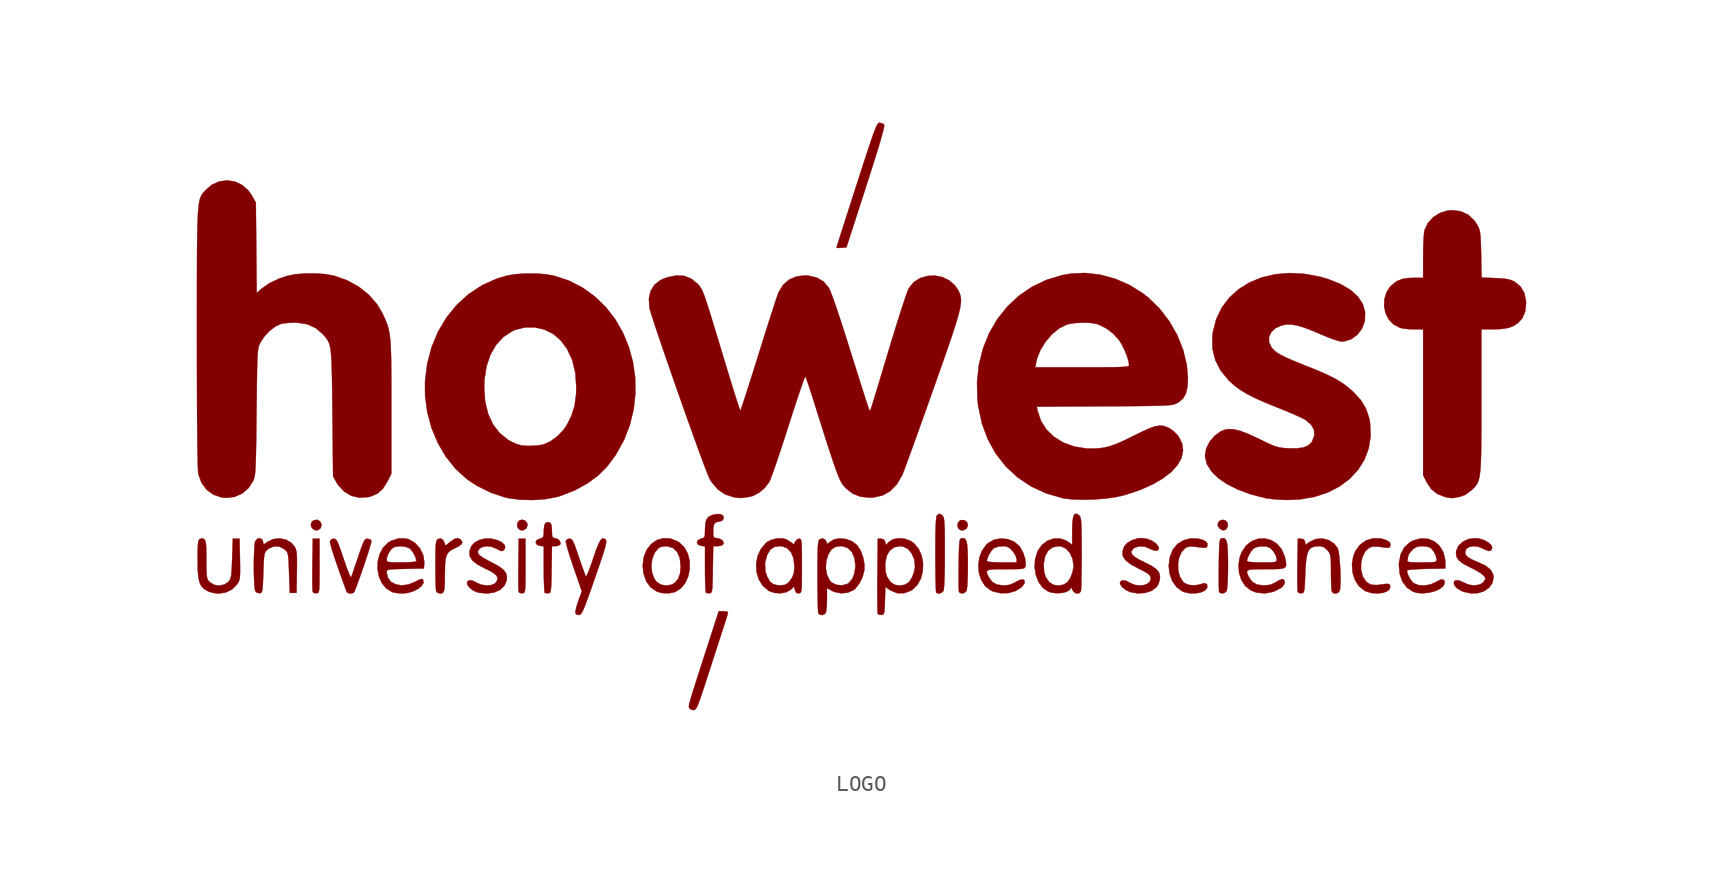
<source format=kicad_sym>
(kicad_symbol_lib
  (version 20220914)
  (generator bitmap2component)
  (symbol "LOGO"
    (pin_names
      (offset 1.016))
    (property "Reference" "#G"
      (at 0 27.136 0)
      (effects (font (size 1.27 1.27)) hide))
    (symbol "LOGO_0_0"
      (polyline (pts (xy -10.195 -18.118) (xy -10.136 -18.108) (xy -10.08 -18.068) (xy -10.019 -17.984) (xy -9.947 -17.837) (xy -9.857 -17.613) (xy -9.743 -17.294) (xy -9.598 -16.863) (xy -9.415 -16.304) (xy -9.187 -15.6) (xy -9.113 -15.371) (xy -8.905 -14.73) (xy -8.71 -14.126) (xy -8.535 -13.584) (xy -8.387 -13.129) (xy -8.276 -12.785) (xy -8.208 -12.578) (xy -8.132 -12.338) (xy -8.068 -12.117) (xy -8.043 -12.006) (xy -8.045 -11.998) (xy -8.14 -11.956) (xy -8.334 -11.938) (xy -8.625 -11.938) (xy -9.384 -14.287) (xy -9.489 -14.61) (xy -9.745 -15.403) (xy -9.955 -16.055) (xy -10.123 -16.58) (xy -10.253 -16.994) (xy -10.35 -17.31) (xy -10.418 -17.543) (xy -10.461 -17.708) (xy -10.484 -17.82) (xy -10.49 -17.893) (xy -10.485 -17.942) (xy -10.472 -17.981) (xy -10.39 -18.069) (xy -10.21 -18.119) (xy -10.195 -18.118)) (stroke (width 0.01) (type default)) (fill (type outline)))
      (polyline (pts (xy -17.28 -12.153) (xy -17.217 -12.088) (xy -17.142 -11.964) (xy -17.05 -11.765) (xy -16.934 -11.473) (xy -16.785 -11.071) (xy -16.597 -10.542) (xy -16.362 -9.87) (xy -16.356 -9.852) (xy -16.125 -9.184) (xy -15.947 -8.657) (xy -15.815 -8.253) (xy -15.726 -7.955) (xy -15.675 -7.746) (xy -15.656 -7.606) (xy -15.664 -7.519) (xy -15.695 -7.467) (xy -15.7 -7.463) (xy -15.81 -7.387) (xy -15.914 -7.4) (xy -16.022 -7.516) (xy -16.144 -7.75) (xy -16.289 -8.118) (xy -16.467 -8.635) (xy -16.54 -8.848) (xy -16.676 -9.23) (xy -16.792 -9.53) (xy -16.877 -9.722) (xy -16.921 -9.778) (xy -16.933 -9.759) (xy -16.995 -9.609) (xy -17.095 -9.341) (xy -17.222 -8.983) (xy -17.364 -8.567) (xy -17.515 -8.122) (xy -17.631 -7.801) (xy -17.722 -7.593) (xy -17.797 -7.474) (xy -17.871 -7.421) (xy -17.955 -7.408) (xy -18.087 -7.434) (xy -18.187 -7.554) (xy -18.17 -7.674) (xy -18.104 -7.927) (xy -17.998 -8.284) (xy -17.86 -8.718) (xy -17.698 -9.199) (xy -17.181 -10.698) (xy -17.406 -11.315) (xy -17.426 -11.371) (xy -17.522 -11.678) (xy -17.576 -11.927) (xy -17.579 -12.068) (xy -17.517 -12.144) (xy -17.34 -12.177) (xy -17.28 -12.153)) (stroke (width 0.01) (type default)) (fill (type outline)))
      (polyline (pts (xy -1.964 -12.09) (xy -1.91 -11.947) (xy -1.875 -11.657) (xy -1.863 -11.245) (xy -1.863 -10.501) (xy -1.52 -10.68) (xy -1.37 -10.745) (xy -0.955 -10.821) (xy -0.538 -10.774) (xy -0.181 -10.606) (xy -0.084 -10.523) (xy 0.167 -10.204) (xy 0.365 -9.802) (xy 0.475 -9.38) (xy 0.481 -9.018) (xy 0.397 -8.563) (xy 0.236 -8.137) (xy 0.016 -7.807) (xy -0.291 -7.573) (xy -0.663 -7.431) (xy -1.052 -7.387) (xy -1.41 -7.448) (xy -1.69 -7.617) (xy -1.785 -7.707) (xy -1.85 -7.722) (xy -1.889 -7.613) (xy -1.975 -7.463) (xy -2.146 -7.388) (xy -2.329 -7.452) (xy -2.338 -7.459) (xy -2.375 -7.524) (xy -2.404 -7.644) (xy -2.425 -7.838) (xy -2.44 -8.126) (xy -2.449 -8.526) (xy -2.454 -9.058) (xy -2.454 -9.276) (xy -1.933 -9.276) (xy -1.911 -8.835) (xy -1.783 -8.41) (xy -1.769 -8.379) (xy -1.578 -8.08) (xy -1.334 -7.921) (xy -0.998 -7.874) (xy -0.888 -7.88) (xy -0.554 -7.998) (xy -0.301 -8.252) (xy -0.141 -8.625) (xy -0.085 -9.102) (xy -0.085 -9.129) (xy -0.143 -9.571) (xy -0.293 -9.939) (xy -0.518 -10.191) (xy -0.591 -10.235) (xy -0.91 -10.321) (xy -1.256 -10.294) (xy -1.552 -10.156) (xy -1.684 -10.021) (xy -1.855 -9.686) (xy -1.933 -9.276) (xy -2.454 -9.276) (xy -2.455 -9.74) (xy -2.454 -10.257) (xy -2.449 -10.81) (xy -2.441 -11.292) (xy -2.43 -11.676) (xy -2.418 -11.94) (xy -2.404 -12.058) (xy -2.313 -12.16) (xy -2.14 -12.183) (xy -1.964 -12.09)) (stroke (width 0.01) (type default)) (fill (type outline)))
      (polyline (pts (xy 1.571 -12.173) (xy 1.649 -12.145) (xy 1.699 -12.074) (xy 1.729 -11.928) (xy 1.747 -11.676) (xy 1.76 -11.286) (xy 1.784 -10.423) (xy 2.089 -10.63) (xy 2.125 -10.654) (xy 2.529 -10.813) (xy 2.961 -10.813) (xy 3.397 -10.652) (xy 3.477 -10.603) (xy 3.791 -10.298) (xy 4.009 -9.896) (xy 4.127 -9.433) (xy 4.144 -8.944) (xy 4.057 -8.466) (xy 3.865 -8.034) (xy 3.566 -7.683) (xy 3.355 -7.542) (xy 2.984 -7.408) (xy 2.599 -7.377) (xy 2.249 -7.45) (xy 1.981 -7.63) (xy 1.822 -7.806) (xy 1.775 -7.607) (xy 1.702 -7.464) (xy 1.52 -7.408) (xy 1.312 -7.408) (xy 1.296 -9.103) (xy 1.778 -9.103) (xy 1.782 -8.958) (xy 1.867 -8.497) (xy 2.055 -8.157) (xy 2.34 -7.946) (xy 2.716 -7.874) (xy 2.87 -7.891) (xy 3.174 -8.037) (xy 3.418 -8.308) (xy 3.58 -8.672) (xy 3.64 -9.102) (xy 3.636 -9.184) (xy 3.567 -9.534) (xy 3.43 -9.875) (xy 3.257 -10.129) (xy 3.011 -10.281) (xy 2.696 -10.339) (xy 2.385 -10.292) (xy 2.142 -10.139) (xy 2.091 -10.082) (xy 1.901 -9.805) (xy 1.805 -9.502) (xy 1.778 -9.103) (xy 1.296 -9.103) (xy 1.29 -9.693) (xy 1.29 -9.695) (xy 1.285 -10.304) (xy 1.284 -10.86) (xy 1.287 -11.341) (xy 1.292 -11.721) (xy 1.3 -11.979) (xy 1.311 -12.091) (xy 1.379 -12.155) (xy 1.545 -12.177) (xy 1.571 -12.173)) (stroke (width 0.01) (type default)) (fill (type outline)))
      (polyline (pts (xy -39.442 -10.775) (xy -39.028 -10.575) (xy -38.713 -10.25) (xy -38.686 -10.209) (xy -38.619 -10.09) (xy -38.574 -9.959) (xy -38.547 -9.784) (xy -38.535 -9.535) (xy -38.535 -9.178) (xy -38.542 -8.684) (xy -38.566 -7.408) (xy -38.777 -7.408) (xy -38.989 -7.408) (xy -39.031 -8.65) (xy -39.035 -8.757) (xy -39.053 -9.214) (xy -39.073 -9.538) (xy -39.101 -9.76) (xy -39.141 -9.909) (xy -39.199 -10.016) (xy -39.279 -10.111) (xy -39.498 -10.265) (xy -39.821 -10.341) (xy -40.153 -10.293) (xy -40.432 -10.121) (xy -40.453 -10.101) (xy -40.529 -10.012) (xy -40.582 -9.909) (xy -40.614 -9.761) (xy -40.632 -9.536) (xy -40.639 -9.205) (xy -40.64 -8.735) (xy -40.64 -8.655) (xy -40.644 -8.19) (xy -40.657 -7.864) (xy -40.681 -7.649) (xy -40.719 -7.518) (xy -40.774 -7.445) (xy -40.884 -7.383) (xy -41.049 -7.423) (xy -41.081 -7.448) (xy -41.128 -7.527) (xy -41.16 -7.667) (xy -41.178 -7.897) (xy -41.188 -8.242) (xy -41.19 -8.73) (xy -41.19 -8.87) (xy -41.176 -9.427) (xy -41.138 -9.846) (xy -41.064 -10.156) (xy -40.948 -10.382) (xy -40.78 -10.551) (xy -40.552 -10.689) (xy -40.494 -10.716) (xy -40.192 -10.802) (xy -39.878 -10.837) (xy -39.442 -10.775)) (stroke (width 0.01) (type default)) (fill (type outline)))
      (polyline (pts (xy -37.278 -10.816) (xy -37.215 -10.789) (xy -37.171 -10.722) (xy -37.14 -10.59) (xy -37.119 -10.365) (xy -37.101 -10.024) (xy -37.084 -9.539) (xy -37.073 -9.213) (xy -37.056 -8.82) (xy -37.036 -8.548) (xy -37.006 -8.367) (xy -36.961 -8.248) (xy -36.896 -8.162) (xy -36.804 -8.078) (xy -36.742 -8.029) (xy -36.416 -7.888) (xy -36.074 -7.904) (xy -35.755 -8.078) (xy -35.694 -8.132) (xy -35.619 -8.214) (xy -35.568 -8.318) (xy -35.533 -8.472) (xy -35.51 -8.708) (xy -35.492 -9.053) (xy -35.475 -9.539) (xy -35.433 -10.795) (xy -35.221 -10.795) (xy -35.01 -10.795) (xy -34.988 -9.483) (xy -34.987 -9.426) (xy -34.981 -8.933) (xy -34.983 -8.576) (xy -34.998 -8.324) (xy -35.026 -8.146) (xy -35.072 -8.012) (xy -35.138 -7.89) (xy -35.339 -7.658) (xy -35.678 -7.465) (xy -36.071 -7.388) (xy -36.472 -7.434) (xy -36.837 -7.612) (xy -37.073 -7.786) (xy -37.099 -7.597) (xy -37.161 -7.451) (xy -37.305 -7.374) (xy -37.468 -7.415) (xy -37.592 -7.577) (xy -37.598 -7.596) (xy -37.63 -7.793) (xy -37.653 -8.112) (xy -37.668 -8.514) (xy -37.675 -8.966) (xy -37.674 -9.429) (xy -37.664 -9.868) (xy -37.646 -10.247) (xy -37.62 -10.529) (xy -37.586 -10.679) (xy -37.507 -10.774) (xy -37.311 -10.821) (xy -37.278 -10.816)) (stroke (width 0.01) (type default)) (fill (type outline)))
      (polyline (pts (xy -33.711 -10.813) (xy -33.659 -10.788) (xy -33.622 -10.727) (xy -33.597 -10.607) (xy -33.581 -10.407) (xy -33.574 -10.104) (xy -33.571 -9.677) (xy -33.57 -9.102) (xy -33.57 -7.408) (xy -33.782 -7.408) (xy -33.994 -7.408) (xy -34.017 -9.014) (xy -34.017 -9.025) (xy -34.022 -9.535) (xy -34.022 -9.989) (xy -34.017 -10.359) (xy -34.009 -10.617) (xy -33.996 -10.735) (xy -33.928 -10.8) (xy -33.761 -10.822) (xy -33.711 -10.813)) (stroke (width 0.01) (type default)) (fill (type outline)))
      (polyline (pts (xy -31.495 -10.813) (xy -31.389 -10.732) (xy -31.355 -10.642) (xy -31.181 -10.174) (xy -31.003 -9.675) (xy -30.828 -9.173) (xy -30.666 -8.693) (xy -30.526 -8.264) (xy -30.417 -7.913) (xy -30.348 -7.666) (xy -30.328 -7.552) (xy -30.384 -7.461) (xy -30.566 -7.408) (xy -30.567 -7.408) (xy -30.654 -7.42) (xy -30.728 -7.47) (xy -30.804 -7.584) (xy -30.892 -7.786) (xy -31.007 -8.1) (xy -31.161 -8.551) (xy -31.209 -8.694) (xy -31.346 -9.102) (xy -31.463 -9.447) (xy -31.548 -9.698) (xy -31.591 -9.821) (xy -31.613 -9.817) (xy -31.681 -9.692) (xy -31.786 -9.444) (xy -31.915 -9.099) (xy -32.06 -8.678) (xy -32.115 -8.515) (xy -32.263 -8.081) (xy -32.375 -7.777) (xy -32.462 -7.581) (xy -32.536 -7.47) (xy -32.607 -7.42) (xy -32.688 -7.408) (xy -32.835 -7.44) (xy -32.918 -7.583) (xy -32.919 -7.589) (xy -32.892 -7.747) (xy -32.805 -8.059) (xy -32.659 -8.517) (xy -32.454 -9.119) (xy -32.194 -9.858) (xy -31.878 -10.732) (xy -31.807 -10.799) (xy -31.635 -10.837) (xy -31.495 -10.813)) (stroke (width 0.01) (type default)) (fill (type outline)))
      (polyline (pts (xy -28.032 -10.793) (xy -27.693 -10.687) (xy -27.399 -10.535) (xy -27.182 -10.355) (xy -27.07 -10.167) (xy -27.095 -9.99) (xy -27.123 -9.953) (xy -27.204 -9.924) (xy -27.346 -9.969) (xy -27.59 -10.097) (xy -27.614 -10.109) (xy -28.041 -10.277) (xy -28.452 -10.325) (xy -28.817 -10.261) (xy -29.112 -10.095) (xy -29.308 -9.835) (xy -29.379 -9.491) (xy -29.379 -9.483) (xy -29.368 -9.416) (xy -29.319 -9.369) (xy -29.205 -9.338) (xy -29 -9.318) (xy -28.679 -9.305) (xy -28.215 -9.295) (xy -27.051 -9.271) (xy -27.025 -8.917) (xy -27.023 -8.861) (xy -27.09 -8.43) (xy -27.29 -8.022) (xy -27.592 -7.681) (xy -27.967 -7.456) (xy -28.175 -7.396) (xy -28.625 -7.388) (xy -29.1 -7.543) (xy -29.296 -7.661) (xy -29.606 -7.976) (xy -29.818 -8.376) (xy -29.903 -8.716) (xy -29.379 -8.716) (xy -29.374 -8.648) (xy -29.291 -8.382) (xy -29.138 -8.126) (xy -28.961 -7.961) (xy -28.839 -7.915) (xy -28.53 -7.877) (xy -28.204 -7.911) (xy -27.95 -8.012) (xy -27.861 -8.094) (xy -27.698 -8.321) (xy -27.569 -8.583) (xy -27.517 -8.803) (xy -27.538 -8.825) (xy -27.701 -8.86) (xy -28.009 -8.882) (xy -28.448 -8.89) (xy -28.644 -8.89) (xy -28.987 -8.885) (xy -29.203 -8.871) (xy -29.32 -8.842) (xy -29.369 -8.792) (xy -29.379 -8.716) (xy -29.903 -8.716) (xy -29.931 -8.827) (xy -29.946 -9.298) (xy -29.864 -9.757) (xy -29.685 -10.173) (xy -29.411 -10.512) (xy -29.041 -10.742) (xy -28.959 -10.768) (xy -28.7 -10.812) (xy -28.402 -10.832) (xy -28.386 -10.832) (xy -28.032 -10.793)) (stroke (width 0.01) (type default)) (fill (type outline)))
      (polyline (pts (xy -25.93 -10.826) (xy -25.845 -10.77) (xy -25.789 -10.646) (xy -25.757 -10.427) (xy -25.742 -10.089) (xy -25.739 -9.607) (xy -25.739 -9.58) (xy -25.73 -9.074) (xy -25.698 -8.705) (xy -25.63 -8.443) (xy -25.513 -8.256) (xy -25.335 -8.115) (xy -25.084 -7.989) (xy -24.892 -7.896) (xy -24.695 -7.753) (xy -24.647 -7.616) (xy -24.74 -7.468) (xy -24.915 -7.375) (xy -25.147 -7.422) (xy -25.433 -7.623) (xy -25.557 -7.731) (xy -25.676 -7.816) (xy -25.729 -7.801) (xy -25.753 -7.695) (xy -25.761 -7.658) (xy -25.862 -7.468) (xy -26.024 -7.388) (xy -26.197 -7.445) (xy -26.198 -7.445) (xy -26.247 -7.51) (xy -26.282 -7.624) (xy -26.307 -7.813) (xy -26.322 -8.1) (xy -26.329 -8.509) (xy -26.331 -9.063) (xy -26.329 -9.488) (xy -26.322 -9.941) (xy -26.311 -10.314) (xy -26.297 -10.578) (xy -26.28 -10.703) (xy -26.208 -10.785) (xy -26.035 -10.837) (xy -25.93 -10.826)) (stroke (width 0.01) (type default)) (fill (type outline)))
      (polyline (pts (xy -22.659 -10.77) (xy -22.29 -10.607) (xy -22.021 -10.355) (xy -21.88 -10.027) (xy -21.86 -9.786) (xy -21.92 -9.553) (xy -22.086 -9.342) (xy -22.377 -9.128) (xy -22.812 -8.89) (xy -22.953 -8.818) (xy -23.325 -8.614) (xy -23.56 -8.451) (xy -23.671 -8.313) (xy -23.674 -8.185) (xy -23.584 -8.048) (xy -23.451 -7.949) (xy -23.163 -7.878) (xy -22.822 -7.913) (xy -22.478 -8.055) (xy -22.461 -8.065) (xy -22.264 -8.168) (xy -22.144 -8.181) (xy -22.046 -8.113) (xy -21.967 -7.975) (xy -22.006 -7.799) (xy -22.18 -7.634) (xy -22.468 -7.495) (xy -22.852 -7.4) (xy -23.203 -7.394) (xy -23.574 -7.484) (xy -23.887 -7.652) (xy -24.09 -7.878) (xy -24.202 -8.183) (xy -24.192 -8.485) (xy -24.033 -8.758) (xy -23.719 -9.013) (xy -23.243 -9.264) (xy -22.896 -9.433) (xy -22.603 -9.623) (xy -22.458 -9.801) (xy -22.453 -9.981) (xy -22.577 -10.175) (xy -22.609 -10.205) (xy -22.838 -10.305) (xy -23.144 -10.33) (xy -23.468 -10.282) (xy -23.749 -10.16) (xy -24.026 -10.021) (xy -24.235 -10.008) (xy -24.355 -10.122) (xy -24.337 -10.277) (xy -24.204 -10.463) (xy -23.996 -10.633) (xy -23.754 -10.747) (xy -23.584 -10.789) (xy -23.099 -10.835) (xy -22.659 -10.77)) (stroke (width 0.01) (type default)) (fill (type outline)))
      (polyline (pts (xy -20.842 -10.813) (xy -20.79 -10.788) (xy -20.752 -10.727) (xy -20.727 -10.607) (xy -20.712 -10.407) (xy -20.704 -10.104) (xy -20.701 -9.677) (xy -20.701 -9.102) (xy -20.701 -7.408) (xy -20.913 -7.408) (xy -21.124 -7.408) (xy -21.147 -9.014) (xy -21.148 -9.025) (xy -21.152 -9.535) (xy -21.152 -9.989) (xy -21.148 -10.359) (xy -21.139 -10.617) (xy -21.127 -10.735) (xy -21.058 -10.8) (xy -20.892 -10.822) (xy -20.842 -10.813)) (stroke (width 0.01) (type default)) (fill (type outline)))
      (polyline (pts (xy -19.209 -10.806) (xy -19.162 -10.765) (xy -19.128 -10.674) (xy -19.105 -10.51) (xy -19.089 -10.248) (xy -19.078 -9.864) (xy -19.069 -9.335) (xy -19.046 -7.874) (xy -18.803 -7.874) (xy -18.625 -7.841) (xy -18.512 -7.75) (xy -18.504 -7.719) (xy -18.548 -7.559) (xy -18.693 -7.423) (xy -18.887 -7.366) (xy -18.935 -7.362) (xy -19.008 -7.314) (xy -19.042 -7.176) (xy -19.05 -6.909) (xy -19.056 -6.714) (xy -19.095 -6.497) (xy -19.177 -6.404) (xy -19.281 -6.375) (xy -19.44 -6.409) (xy -19.53 -6.581) (xy -19.558 -6.903) (xy -19.562 -7.13) (xy -19.59 -7.289) (xy -19.667 -7.366) (xy -19.817 -7.409) (xy -20.007 -7.504) (xy -20.066 -7.646) (xy -19.993 -7.781) (xy -19.791 -7.859) (xy -19.558 -7.885) (xy -19.558 -9.305) (xy -19.556 -9.658) (xy -19.548 -10.091) (xy -19.535 -10.443) (xy -19.518 -10.684) (xy -19.498 -10.784) (xy -19.433 -10.814) (xy -19.265 -10.82) (xy -19.209 -10.806)) (stroke (width 0.01) (type default)) (fill (type outline)))
      (polyline (pts (xy -11.372 -10.747) (xy -11.348 -10.738) (xy -10.984 -10.507) (xy -10.709 -10.165) (xy -10.525 -9.745) (xy -10.436 -9.281) (xy -10.444 -8.805) (xy -10.554 -8.351) (xy -10.767 -7.953) (xy -11.087 -7.643) (xy -11.213 -7.565) (xy -11.657 -7.395) (xy -12.092 -7.376) (xy -12.496 -7.496) (xy -12.847 -7.739) (xy -13.125 -8.094) (xy -13.308 -8.546) (xy -13.376 -9.083) (xy -13.374 -9.102) (xy -12.836 -9.102) (xy -12.778 -8.667) (xy -12.621 -8.278) (xy -12.368 -7.982) (xy -12.359 -7.976) (xy -12.177 -7.907) (xy -11.936 -7.877) (xy -11.826 -7.881) (xy -11.481 -7.991) (xy -11.223 -8.236) (xy -11.062 -8.607) (xy -11.007 -9.092) (xy -11.008 -9.197) (xy -11.049 -9.606) (xy -11.16 -9.91) (xy -11.356 -10.152) (xy -11.569 -10.28) (xy -11.892 -10.337) (xy -12.221 -10.286) (xy -12.486 -10.127) (xy -12.643 -9.923) (xy -12.792 -9.537) (xy -12.836 -9.102) (xy -13.374 -9.102) (xy -13.326 -9.589) (xy -13.155 -10.075) (xy -12.872 -10.458) (xy -12.488 -10.718) (xy -12.198 -10.803) (xy -11.768 -10.827) (xy -11.372 -10.747)) (stroke (width 0.01) (type default)) (fill (type outline)))
      (polyline (pts (xy -9.134 -10.806) (xy -9.086 -10.765) (xy -9.052 -10.674) (xy -9.029 -10.51) (xy -9.014 -10.248) (xy -9.003 -9.864) (xy -8.994 -9.335) (xy -8.971 -7.874) (xy -8.674 -7.874) (xy -8.455 -7.846) (xy -8.323 -7.735) (xy -8.313 -7.684) (xy -8.376 -7.532) (xy -8.546 -7.414) (xy -8.779 -7.366) (xy -8.835 -7.364) (xy -8.927 -7.327) (xy -8.966 -7.208) (xy -8.973 -6.964) (xy -8.963 -6.701) (xy -8.912 -6.492) (xy -8.796 -6.384) (xy -8.593 -6.337) (xy -8.582 -6.335) (xy -8.388 -6.27) (xy -8.313 -6.12) (xy -8.329 -6) (xy -8.464 -5.89) (xy -8.702 -5.862) (xy -9.013 -5.925) (xy -9.033 -5.932) (xy -9.258 -6.041) (xy -9.396 -6.205) (xy -9.464 -6.461) (xy -9.483 -6.846) (xy -9.483 -6.896) (xy -9.489 -7.157) (xy -9.521 -7.3) (xy -9.598 -7.369) (xy -9.742 -7.409) (xy -9.931 -7.504) (xy -9.991 -7.646) (xy -9.918 -7.781) (xy -9.716 -7.859) (xy -9.483 -7.885) (xy -9.483 -9.305) (xy -9.481 -9.658) (xy -9.473 -10.091) (xy -9.46 -10.443) (xy -9.443 -10.684) (xy -9.423 -10.784) (xy -9.358 -10.814) (xy -9.19 -10.82) (xy -9.134 -10.806)) (stroke (width 0.01) (type default)) (fill (type outline)))
      (polyline (pts (xy -3.57 -10.814) (xy -3.518 -10.788) (xy -3.481 -10.727) (xy -3.456 -10.607) (xy -3.44 -10.407) (xy -3.432 -10.104) (xy -3.429 -9.677) (xy -3.429 -9.102) (xy -3.429 -8.804) (xy -3.431 -8.303) (xy -3.436 -7.939) (xy -3.448 -7.689) (xy -3.468 -7.534) (xy -3.498 -7.449) (xy -3.541 -7.415) (xy -3.598 -7.408) (xy -3.717 -7.445) (xy -3.846 -7.586) (xy -3.924 -7.764) (xy -4.227 -7.557) (xy -4.408 -7.449) (xy -4.639 -7.383) (xy -4.938 -7.389) (xy -5.052 -7.404) (xy -5.348 -7.484) (xy -5.573 -7.595) (xy -5.676 -7.678) (xy -5.997 -8.056) (xy -6.201 -8.506) (xy -6.277 -8.918) (xy -5.736 -8.918) (xy -5.593 -8.41) (xy -5.579 -8.379) (xy -5.388 -8.08) (xy -5.144 -7.921) (xy -4.808 -7.874) (xy -4.681 -7.882) (xy -4.35 -8.005) (xy -4.103 -8.265) (xy -3.948 -8.65) (xy -3.895 -9.147) (xy -3.925 -9.528) (xy -4.037 -9.842) (xy -4.259 -10.139) (xy -4.277 -10.158) (xy -4.482 -10.29) (xy -4.777 -10.327) (xy -4.903 -10.322) (xy -5.206 -10.259) (xy -5.419 -10.093) (xy -5.594 -9.791) (xy -5.712 -9.434) (xy -5.736 -8.918) (xy -6.277 -8.918) (xy -6.29 -8.994) (xy -6.264 -9.487) (xy -6.125 -9.951) (xy -5.872 -10.355) (xy -5.506 -10.665) (xy -5.481 -10.68) (xy -5.138 -10.797) (xy -4.755 -10.82) (xy -4.393 -10.751) (xy -4.116 -10.592) (xy -3.916 -10.404) (xy -3.86 -10.626) (xy -3.854 -10.646) (xy -3.771 -10.798) (xy -3.616 -10.822) (xy -3.57 -10.814)) (stroke (width 0.01) (type default)) (fill (type outline)))
      (polyline (pts (xy 5.274 -10.803) (xy 5.416 -10.674) (xy 5.426 -10.643) (xy 5.452 -10.449) (xy 5.474 -10.104) (xy 5.49 -9.623) (xy 5.5 -9.02) (xy 5.503 -8.309) (xy 5.503 -8) (xy 5.501 -7.384) (xy 5.495 -6.91) (xy 5.484 -6.558) (xy 5.467 -6.308) (xy 5.443 -6.141) (xy 5.411 -6.036) (xy 5.37 -5.975) (xy 5.281 -5.895) (xy 5.149 -5.851) (xy 5.012 -5.944) (xy 5.009 -5.947) (xy 4.977 -6.043) (xy 4.952 -6.246) (xy 4.933 -6.569) (xy 4.92 -7.026) (xy 4.913 -7.627) (xy 4.911 -8.385) (xy 4.911 -8.443) (xy 4.913 -9.052) (xy 4.919 -9.603) (xy 4.928 -10.073) (xy 4.939 -10.441) (xy 4.952 -10.685) (xy 4.967 -10.781) (xy 5.09 -10.837) (xy 5.274 -10.803)) (stroke (width 0.01) (type default)) (fill (type outline)))
      (polyline (pts (xy 6.723 -10.798) (xy 6.855 -10.674) (xy 6.872 -10.616) (xy 6.901 -10.395) (xy 6.923 -10.046) (xy 6.938 -9.599) (xy 6.943 -9.081) (xy 6.941 -8.656) (xy 6.928 -8.163) (xy 6.901 -7.808) (xy 6.854 -7.571) (xy 6.784 -7.433) (xy 6.686 -7.375) (xy 6.556 -7.379) (xy 6.551 -7.38) (xy 6.495 -7.402) (xy 6.454 -7.457) (xy 6.424 -7.566) (xy 6.403 -7.754) (xy 6.389 -8.043) (xy 6.378 -8.456) (xy 6.369 -9.015) (xy 6.369 -9.027) (xy 6.364 -9.535) (xy 6.364 -9.988) (xy 6.368 -10.357) (xy 6.376 -10.613) (xy 6.388 -10.729) (xy 6.414 -10.773) (xy 6.552 -10.834) (xy 6.723 -10.798)) (stroke (width 0.01) (type default)) (fill (type outline)))
      (polyline (pts (xy 9.47 -10.806) (xy 9.922 -10.681) (xy 10.29 -10.446) (xy 10.322 -10.415) (xy 10.481 -10.201) (xy 10.499 -10.042) (xy 10.399 -9.96) (xy 10.203 -9.975) (xy 9.934 -10.111) (xy 9.857 -10.161) (xy 9.551 -10.292) (xy 9.185 -10.329) (xy 9.161 -10.329) (xy 8.76 -10.275) (xy 8.469 -10.111) (xy 8.255 -9.82) (xy 8.18 -9.672) (xy 8.126 -9.523) (xy 8.143 -9.422) (xy 8.251 -9.36) (xy 8.468 -9.328) (xy 8.815 -9.315) (xy 9.312 -9.313) (xy 9.529 -9.313) (xy 9.934 -9.311) (xy 10.208 -9.302) (xy 10.379 -9.282) (xy 10.474 -9.247) (xy 10.521 -9.192) (xy 10.546 -9.113) (xy 10.561 -8.977) (xy 10.52 -8.651) (xy 10.401 -8.289) (xy 10.222 -7.952) (xy 10.157 -7.866) (xy 9.834 -7.595) (xy 9.432 -7.435) (xy 8.997 -7.394) (xy 8.571 -7.475) (xy 8.2 -7.686) (xy 8.094 -7.785) (xy 7.819 -8.167) (xy 7.653 -8.616) (xy 7.63 -8.803) (xy 8.128 -8.803) (xy 8.145 -8.69) (xy 8.245 -8.437) (xy 8.398 -8.185) (xy 8.561 -8.012) (xy 8.599 -7.989) (xy 8.835 -7.907) (xy 9.112 -7.874) (xy 9.345 -7.893) (xy 9.532 -7.98) (xy 9.728 -8.173) (xy 9.799 -8.262) (xy 9.936 -8.492) (xy 9.991 -8.681) (xy 9.991 -8.89) (xy 9.059 -8.89) (xy 8.819 -8.888) (xy 8.445 -8.873) (xy 8.21 -8.844) (xy 8.128 -8.803) (xy 7.63 -8.803) (xy 7.594 -9.095) (xy 7.639 -9.573) (xy 7.787 -10.013) (xy 8.035 -10.383) (xy 8.381 -10.647) (xy 8.52 -10.708) (xy 8.986 -10.817) (xy 9.47 -10.806)) (stroke (width 0.01) (type default)) (fill (type outline)))
      (polyline (pts (xy 13.887 -10.826) (xy 14.003 -10.703) (xy 14.016 -10.6) (xy 14.029 -10.347) (xy 14.039 -9.97) (xy 14.047 -9.494) (xy 14.053 -8.942) (xy 14.055 -8.339) (xy 14.054 -7.987) (xy 14.052 -7.376) (xy 14.046 -6.905) (xy 14.035 -6.555) (xy 14.018 -6.306) (xy 13.994 -6.14) (xy 13.963 -6.036) (xy 13.922 -5.975) (xy 13.882 -5.937) (xy 13.722 -5.841) (xy 13.603 -5.883) (xy 13.522 -6.072) (xy 13.476 -6.413) (xy 13.462 -6.915) (xy 13.462 -7.784) (xy 13.145 -7.567) (xy 13.076 -7.524) (xy 12.694 -7.392) (xy 12.29 -7.402) (xy 11.9 -7.543) (xy 11.561 -7.804) (xy 11.308 -8.171) (xy 11.293 -8.203) (xy 11.145 -8.688) (xy 11.119 -9.103) (xy 11.684 -9.103) (xy 11.688 -8.958) (xy 11.773 -8.497) (xy 11.961 -8.157) (xy 12.246 -7.946) (xy 12.622 -7.874) (xy 12.776 -7.891) (xy 13.079 -8.037) (xy 13.324 -8.308) (xy 13.486 -8.672) (xy 13.546 -9.102) (xy 13.542 -9.184) (xy 13.473 -9.534) (xy 13.336 -9.875) (xy 13.163 -10.129) (xy 12.917 -10.281) (xy 12.602 -10.339) (xy 12.291 -10.292) (xy 12.048 -10.139) (xy 11.997 -10.082) (xy 11.807 -9.805) (xy 11.711 -9.502) (xy 11.684 -9.103) (xy 11.119 -9.103) (xy 11.113 -9.193) (xy 11.189 -9.683) (xy 11.363 -10.123) (xy 11.626 -10.479) (xy 11.97 -10.716) (xy 12.144 -10.774) (xy 12.467 -10.817) (xy 12.796 -10.802) (xy 13.087 -10.735) (xy 13.297 -10.624) (xy 13.384 -10.475) (xy 13.384 -10.47) (xy 13.415 -10.473) (xy 13.476 -10.604) (xy 13.555 -10.733) (xy 13.717 -10.832) (xy 13.887 -10.826)) (stroke (width 0.01) (type default)) (fill (type outline)))
      (polyline (pts (xy 18.028 -10.795) (xy 18.431 -10.662) (xy 18.736 -10.436) (xy 18.744 -10.427) (xy 18.861 -10.218) (xy 18.937 -9.96) (xy 18.951 -9.764) (xy 18.892 -9.527) (xy 18.724 -9.316) (xy 18.429 -9.108) (xy 17.988 -8.884) (xy 17.625 -8.704) (xy 17.331 -8.52) (xy 17.181 -8.357) (xy 17.164 -8.203) (xy 17.27 -8.045) (xy 17.373 -7.968) (xy 17.662 -7.882) (xy 18 -7.907) (xy 18.332 -8.044) (xy 18.427 -8.096) (xy 18.648 -8.16) (xy 18.815 -8.137) (xy 18.881 -8.029) (xy 18.857 -7.916) (xy 18.706 -7.713) (xy 18.448 -7.537) (xy 18.126 -7.413) (xy 17.78 -7.366) (xy 17.546 -7.39) (xy 17.2 -7.5) (xy 16.904 -7.673) (xy 16.718 -7.88) (xy 16.703 -7.912) (xy 16.6 -8.225) (xy 16.627 -8.501) (xy 16.794 -8.757) (xy 17.11 -9.007) (xy 17.585 -9.265) (xy 17.858 -9.4) (xy 18.123 -9.547) (xy 18.278 -9.667) (xy 18.352 -9.784) (xy 18.371 -9.921) (xy 18.349 -10.036) (xy 18.206 -10.201) (xy 17.965 -10.304) (xy 17.667 -10.336) (xy 17.352 -10.291) (xy 17.06 -10.16) (xy 16.783 -10.021) (xy 16.574 -10.008) (xy 16.453 -10.125) (xy 16.452 -10.229) (xy 16.559 -10.409) (xy 16.768 -10.586) (xy 17.041 -10.725) (xy 17.123 -10.752) (xy 17.576 -10.828) (xy 18.028 -10.795)) (stroke (width 0.01) (type default)) (fill (type outline)))
      (polyline (pts (xy 21.504 -10.765) (xy 21.757 -10.649) (xy 21.891 -10.483) (xy 21.901 -10.45) (xy 21.89 -10.264) (xy 21.763 -10.184) (xy 21.546 -10.23) (xy 21.453 -10.266) (xy 21.114 -10.324) (xy 20.77 -10.298) (xy 20.499 -10.191) (xy 20.394 -10.101) (xy 20.198 -9.798) (xy 20.092 -9.414) (xy 20.075 -8.996) (xy 20.145 -8.589) (xy 20.303 -8.236) (xy 20.546 -7.984) (xy 20.61 -7.947) (xy 20.832 -7.891) (xy 21.147 -7.91) (xy 21.182 -7.915) (xy 21.522 -7.962) (xy 21.731 -7.979) (xy 21.844 -7.962) (xy 21.893 -7.907) (xy 21.914 -7.809) (xy 21.916 -7.723) (xy 21.844 -7.601) (xy 21.641 -7.491) (xy 21.326 -7.399) (xy 20.861 -7.387) (xy 20.416 -7.506) (xy 20.033 -7.743) (xy 19.751 -8.086) (xy 19.743 -8.1) (xy 19.556 -8.586) (xy 19.493 -9.096) (xy 19.547 -9.595) (xy 19.711 -10.051) (xy 19.976 -10.429) (xy 20.335 -10.695) (xy 20.477 -10.753) (xy 20.82 -10.823) (xy 21.177 -10.825) (xy 21.504 -10.765)) (stroke (width 0.01) (type default)) (fill (type outline)))
      (polyline (pts (xy 22.979 -10.798) (xy 23.111 -10.674) (xy 23.128 -10.616) (xy 23.157 -10.395) (xy 23.179 -10.046) (xy 23.194 -9.599) (xy 23.199 -9.081) (xy 23.197 -8.656) (xy 23.184 -8.163) (xy 23.157 -7.808) (xy 23.11 -7.571) (xy 23.04 -7.433) (xy 22.942 -7.375) (xy 22.812 -7.379) (xy 22.807 -7.38) (xy 22.751 -7.402) (xy 22.71 -7.457) (xy 22.68 -7.566) (xy 22.659 -7.754) (xy 22.645 -8.043) (xy 22.634 -8.456) (xy 22.625 -9.015) (xy 22.625 -9.027) (xy 22.62 -9.535) (xy 22.62 -9.988) (xy 22.624 -10.357) (xy 22.632 -10.613) (xy 22.644 -10.729) (xy 22.67 -10.773) (xy 22.808 -10.834) (xy 22.979 -10.798)) (stroke (width 0.01) (type default)) (fill (type outline)))
      (polyline (pts (xy 26.031 -10.729) (xy 26.522 -10.48) (xy 26.61 -10.406) (xy 26.731 -10.223) (xy 26.744 -10.052) (xy 26.639 -9.941) (xy 26.593 -9.937) (xy 26.42 -9.991) (xy 26.203 -10.113) (xy 26.111 -10.172) (xy 25.812 -10.294) (xy 25.449 -10.329) (xy 25.405 -10.329) (xy 25.009 -10.273) (xy 24.722 -10.109) (xy 24.511 -9.82) (xy 24.435 -9.67) (xy 24.382 -9.521) (xy 24.4 -9.421) (xy 24.508 -9.36) (xy 24.726 -9.328) (xy 25.074 -9.315) (xy 25.572 -9.313) (xy 26.074 -9.312) (xy 26.433 -9.298) (xy 26.665 -9.259) (xy 26.792 -9.181) (xy 26.836 -9.052) (xy 26.818 -8.858) (xy 26.76 -8.586) (xy 26.74 -8.505) (xy 26.547 -8.058) (xy 26.256 -7.721) (xy 25.898 -7.498) (xy 25.498 -7.394) (xy 25.087 -7.411) (xy 24.691 -7.553) (xy 24.339 -7.825) (xy 24.06 -8.23) (xy 23.933 -8.556) (xy 23.893 -8.803) (xy 24.384 -8.803) (xy 24.401 -8.69) (xy 24.502 -8.437) (xy 24.654 -8.185) (xy 24.817 -8.012) (xy 25.03 -7.922) (xy 25.326 -7.881) (xy 25.617 -7.901) (xy 25.827 -7.982) (xy 26.023 -8.186) (xy 26.184 -8.453) (xy 26.247 -8.697) (xy 26.245 -8.754) (xy 26.221 -8.819) (xy 26.145 -8.859) (xy 25.989 -8.88) (xy 25.722 -8.889) (xy 25.315 -8.89) (xy 25.075 -8.888) (xy 24.701 -8.873) (xy 24.466 -8.844) (xy 24.384 -8.803) (xy 23.893 -8.803) (xy 23.852 -9.058) (xy 23.89 -9.553) (xy 24.039 -10.005) (xy 24.291 -10.382) (xy 24.637 -10.647) (xy 24.986 -10.777) (xy 25.507 -10.829) (xy 26.031 -10.729)) (stroke (width 0.01) (type default)) (fill (type outline)))
      (polyline (pts (xy 30.086 -10.784) (xy 30.189 -10.635) (xy 30.213 -10.47) (xy 30.229 -10.153) (xy 30.228 -9.755) (xy 30.213 -9.317) (xy 30.186 -8.882) (xy 30.15 -8.491) (xy 30.106 -8.186) (xy 30.057 -8.009) (xy 29.822 -7.706) (xy 29.48 -7.492) (xy 29.085 -7.396) (xy 28.679 -7.429) (xy 28.306 -7.6) (xy 28.037 -7.792) (xy 28.01 -7.6) (xy 27.945 -7.455) (xy 27.771 -7.408) (xy 27.559 -7.408) (xy 27.536 -9.014) (xy 27.536 -9.025) (xy 27.531 -9.535) (xy 27.531 -9.989) (xy 27.535 -10.359) (xy 27.544 -10.617) (xy 27.557 -10.735) (xy 27.625 -10.8) (xy 27.791 -10.822) (xy 27.816 -10.818) (xy 27.885 -10.795) (xy 27.933 -10.736) (xy 27.966 -10.615) (xy 27.989 -10.405) (xy 28.007 -10.079) (xy 28.025 -9.61) (xy 28.044 -9.192) (xy 28.086 -8.704) (xy 28.155 -8.35) (xy 28.26 -8.111) (xy 28.413 -7.966) (xy 28.623 -7.894) (xy 28.901 -7.874) (xy 28.976 -7.877) (xy 29.206 -7.945) (xy 29.414 -8.134) (xy 29.5 -8.243) (xy 29.563 -8.358) (xy 29.602 -8.505) (xy 29.623 -8.718) (xy 29.632 -9.033) (xy 29.633 -9.482) (xy 29.633 -9.529) (xy 29.638 -9.947) (xy 29.649 -10.306) (xy 29.665 -10.571) (xy 29.685 -10.703) (xy 29.757 -10.798) (xy 29.919 -10.842) (xy 30.086 -10.784)) (stroke (width 0.01) (type default)) (fill (type outline)))
      (polyline (pts (xy 32.849 -10.799) (xy 33.119 -10.71) (xy 33.295 -10.571) (xy 33.343 -10.388) (xy 33.34 -10.37) (xy 33.273 -10.244) (xy 33.105 -10.229) (xy 33.061 -10.234) (xy 32.814 -10.265) (xy 32.532 -10.301) (xy 32.476 -10.307) (xy 32.12 -10.279) (xy 31.847 -10.112) (xy 31.636 -9.794) (xy 31.609 -9.734) (xy 31.512 -9.338) (xy 31.516 -8.919) (xy 31.61 -8.52) (xy 31.785 -8.187) (xy 32.03 -7.967) (xy 32.244 -7.902) (xy 32.567 -7.902) (xy 32.641 -7.913) (xy 32.97 -7.959) (xy 33.172 -7.975) (xy 33.278 -7.958) (xy 33.325 -7.904) (xy 33.344 -7.809) (xy 33.346 -7.723) (xy 33.274 -7.601) (xy 33.071 -7.491) (xy 32.757 -7.396) (xy 32.28 -7.382) (xy 31.833 -7.514) (xy 31.449 -7.782) (xy 31.159 -8.174) (xy 31.026 -8.509) (xy 30.945 -9.01) (xy 30.98 -9.511) (xy 31.124 -9.975) (xy 31.37 -10.365) (xy 31.708 -10.646) (xy 31.839 -10.709) (xy 32.173 -10.804) (xy 32.522 -10.832) (xy 32.849 -10.799)) (stroke (width 0.01) (type default)) (fill (type outline)))
      (polyline (pts (xy 35.787 -10.778) (xy 36.151 -10.679) (xy 36.457 -10.535) (xy 36.667 -10.356) (xy 36.745 -10.152) (xy 36.738 -10.076) (xy 36.649 -9.957) (xy 36.464 -9.969) (xy 36.194 -10.113) (xy 36.192 -10.114) (xy 35.858 -10.267) (xy 35.474 -10.333) (xy 35.103 -10.309) (xy 34.808 -10.191) (xy 34.717 -10.108) (xy 34.555 -9.882) (xy 34.427 -9.621) (xy 34.375 -9.403) (xy 34.375 -9.4) (xy 34.47 -9.364) (xy 34.715 -9.334) (xy 35.091 -9.31) (xy 35.581 -9.294) (xy 36.788 -9.271) (xy 36.777 -8.843) (xy 36.771 -8.728) (xy 36.657 -8.251) (xy 36.424 -7.862) (xy 36.094 -7.578) (xy 35.694 -7.416) (xy 35.245 -7.391) (xy 34.775 -7.518) (xy 34.564 -7.63) (xy 34.211 -7.952) (xy 33.984 -8.387) (xy 33.904 -8.815) (xy 34.404 -8.815) (xy 34.408 -8.756) (xy 34.429 -8.689) (xy 34.459 -8.496) (xy 34.465 -8.464) (xy 34.55 -8.307) (xy 34.707 -8.121) (xy 34.788 -8.045) (xy 35.016 -7.91) (xy 35.305 -7.874) (xy 35.369 -7.875) (xy 35.63 -7.905) (xy 35.819 -7.961) (xy 35.871 -7.995) (xy 36.045 -8.195) (xy 36.182 -8.461) (xy 36.237 -8.716) (xy 36.236 -8.755) (xy 36.212 -8.818) (xy 36.135 -8.858) (xy 35.976 -8.879) (xy 35.707 -8.888) (xy 35.297 -8.89) (xy 35.286 -8.89) (xy 34.879 -8.887) (xy 34.613 -8.876) (xy 34.464 -8.854) (xy 34.404 -8.815) (xy 33.904 -8.815) (xy 33.882 -8.934) (xy 33.877 -9.046) (xy 33.926 -9.608) (xy 34.094 -10.088) (xy 34.373 -10.465) (xy 34.752 -10.718) (xy 35.028 -10.798) (xy 35.4 -10.821) (xy 35.787 -10.778)) (stroke (width 0.01) (type default)) (fill (type outline)))
      (polyline (pts (xy 38.816 -10.81) (xy 39.201 -10.688) (xy 39.511 -10.475) (xy 39.718 -10.184) (xy 39.793 -9.826) (xy 39.772 -9.65) (xy 39.623 -9.363) (xy 39.322 -9.113) (xy 38.862 -8.89) (xy 38.774 -8.856) (xy 38.406 -8.694) (xy 38.173 -8.553) (xy 38.051 -8.413) (xy 38.015 -8.256) (xy 38.015 -8.25) (xy 38.09 -8.048) (xy 38.282 -7.921) (xy 38.551 -7.875) (xy 38.86 -7.916) (xy 39.172 -8.052) (xy 39.255 -8.099) (xy 39.496 -8.18) (xy 39.653 -8.132) (xy 39.709 -7.96) (xy 39.651 -7.815) (xy 39.465 -7.644) (xy 39.195 -7.495) (xy 38.883 -7.399) (xy 38.633 -7.375) (xy 38.223 -7.432) (xy 37.866 -7.598) (xy 37.599 -7.853) (xy 37.458 -8.176) (xy 37.445 -8.277) (xy 37.474 -8.535) (xy 37.619 -8.761) (xy 37.897 -8.976) (xy 38.324 -9.2) (xy 38.584 -9.326) (xy 38.968 -9.549) (xy 39.205 -9.744) (xy 39.285 -9.906) (xy 39.24 -10.008) (xy 39.116 -10.16) (xy 38.928 -10.274) (xy 38.617 -10.329) (xy 38.272 -10.29) (xy 37.95 -10.16) (xy 37.91 -10.136) (xy 37.635 -10.017) (xy 37.426 -10.003) (xy 37.314 -10.097) (xy 37.314 -10.097) (xy 37.327 -10.295) (xy 37.491 -10.494) (xy 37.789 -10.673) (xy 37.938 -10.733) (xy 38.385 -10.829) (xy 38.816 -10.81)) (stroke (width 0.01) (type default)) (fill (type outline)))
      (polyline (pts (xy -33.513 -6.765) (xy -33.443 -6.562) (xy -33.447 -6.51) (xy -33.543 -6.317) (xy -33.73 -6.224) (xy -33.951 -6.265) (xy -34.066 -6.367) (xy -34.118 -6.556) (xy -34.048 -6.746) (xy -33.867 -6.876) (xy -33.683 -6.881) (xy -33.513 -6.765)) (stroke (width 0.01) (type default)) (fill (type outline)))
      (polyline (pts (xy -20.827 -6.879) (xy -20.646 -6.766) (xy -20.574 -6.562) (xy -20.595 -6.44) (xy -20.716 -6.285) (xy -20.895 -6.22) (xy -21.076 -6.257) (xy -21.204 -6.411) (xy -21.229 -6.573) (xy -21.164 -6.771) (xy -21.015 -6.88) (xy -20.827 -6.879)) (stroke (width 0.01) (type default)) (fill (type outline)))
      (polyline (pts (xy 6.69 -6.879) (xy 6.871 -6.767) (xy 6.943 -6.563) (xy 6.9 -6.393) (xy 6.742 -6.254) (xy 6.513 -6.242) (xy 6.456 -6.264) (xy 6.325 -6.403) (xy 6.289 -6.595) (xy 6.348 -6.775) (xy 6.502 -6.88) (xy 6.69 -6.879)) (stroke (width 0.01) (type default)) (fill (type outline)))
      (polyline (pts (xy 23.037 -6.854) (xy 23.099 -6.807) (xy 23.187 -6.629) (xy 23.175 -6.428) (xy 23.06 -6.281) (xy 22.856 -6.226) (xy 22.677 -6.286) (xy 22.568 -6.427) (xy 22.562 -6.609) (xy 22.688 -6.788) (xy 22.693 -6.792) (xy 22.872 -6.889) (xy 23.037 -6.854)) (stroke (width 0.01) (type default)) (fill (type outline)))
      (polyline (pts (xy -19.499 -4.944) (xy -18.831 -4.825) (xy -18.46 -4.718) (xy -17.625 -4.389) (xy -16.844 -3.961) (xy -16.155 -3.456) (xy -15.595 -2.897) (xy -15.059 -2.172) (xy -14.55 -1.259) (xy -14.179 -0.306) (xy -13.94 0.673) (xy -13.831 1.663) (xy -13.847 2.65) (xy -13.983 3.62) (xy -14.237 4.558) (xy -14.603 5.45) (xy -15.078 6.282) (xy -15.658 7.039) (xy -16.339 7.707) (xy -17.117 8.271) (xy -17.987 8.717) (xy -18.946 9.031) (xy -19.453 9.117) (xy -20.071 9.162) (xy -20.722 9.162) (xy -21.342 9.119) (xy -21.863 9.031) (xy -22.504 8.84) (xy -23.422 8.426) (xy -24.255 7.878) (xy -24.995 7.205) (xy -25.634 6.422) (xy -26.16 5.539) (xy -26.567 4.569) (xy -26.843 3.523) (xy -26.98 2.413) (xy -26.979 2.03) (xy -23.283 2.03) (xy -23.265 2.528) (xy -23.137 3.356) (xy -22.894 4.082) (xy -22.54 4.699) (xy -22.08 5.197) (xy -21.519 5.564) (xy -21.343 5.642) (xy -20.746 5.792) (xy -20.13 5.796) (xy -19.528 5.661) (xy -18.977 5.392) (xy -18.51 4.996) (xy -18.103 4.448) (xy -17.781 3.756) (xy -17.589 2.965) (xy -17.526 2.068) (xy -17.541 1.592) (xy -17.636 0.895) (xy -17.831 0.269) (xy -18.137 -0.336) (xy -18.354 -0.639) (xy -18.727 -1.018) (xy -19.144 -1.324) (xy -19.555 -1.513) (xy -19.772 -1.558) (xy -20.109 -1.595) (xy -20.464 -1.609) (xy -20.579 -1.608) (xy -20.93 -1.581) (xy -21.23 -1.503) (xy -21.571 -1.351) (xy -21.796 -1.225) (xy -22.32 -0.803) (xy -22.735 -0.258) (xy -23.037 0.401) (xy -23.221 1.167) (xy -23.283 2.03) (xy -26.979 2.03) (xy -26.976 1.523) (xy -26.839 0.496) (xy -26.57 -0.498) (xy -26.177 -1.437) (xy -25.671 -2.298) (xy -25.061 -3.057) (xy -24.358 -3.692) (xy -23.741 -4.1) (xy -22.895 -4.52) (xy -22.013 -4.82) (xy -21.724 -4.884) (xy -21.014 -4.974) (xy -20.25 -4.994) (xy -19.499 -4.944)) (stroke (width 0.01) (type default)) (fill (type outline)))
      (polyline (pts (xy 14.787 -4.96) (xy 15.476 -4.909) (xy 16.115 -4.824) (xy 16.654 -4.708) (xy 16.819 -4.662) (xy 17.708 -4.362) (xy 18.481 -4.02) (xy 19.133 -3.642) (xy 19.657 -3.236) (xy 20.045 -2.808) (xy 20.292 -2.366) (xy 20.39 -1.916) (xy 20.333 -1.467) (xy 20.114 -1.025) (xy 20.072 -0.968) (xy 19.831 -0.718) (xy 19.567 -0.523) (xy 19.406 -0.44) (xy 19.174 -0.361) (xy 18.933 -0.341) (xy 18.654 -0.386) (xy 18.312 -0.502) (xy 17.878 -0.694) (xy 17.326 -0.966) (xy 17.23 -1.015) (xy 16.659 -1.294) (xy 16.191 -1.497) (xy 15.79 -1.637) (xy 15.418 -1.722) (xy 15.041 -1.766) (xy 14.622 -1.777) (xy 14.327 -1.767) (xy 13.585 -1.648) (xy 12.915 -1.405) (xy 12.336 -1.051) (xy 11.863 -0.596) (xy 11.514 -0.052) (xy 11.304 0.569) (xy 11.249 0.841) (xy 15.467 0.865) (xy 16.227 0.869) (xy 17.06 0.875) (xy 17.75 0.881) (xy 18.313 0.888) (xy 18.764 0.897) (xy 19.116 0.908) (xy 19.386 0.923) (xy 19.588 0.941) (xy 19.737 0.963) (xy 19.849 0.991) (xy 19.937 1.024) (xy 20.018 1.064) (xy 20.104 1.112) (xy 20.383 1.344) (xy 20.567 1.656) (xy 20.667 2.075) (xy 20.694 2.625) (xy 20.625 3.433) (xy 20.401 4.376) (xy 20.035 5.297) (xy 19.538 6.171) (xy 18.924 6.971) (xy 18.206 7.67) (xy 17.884 7.922) (xy 17.048 8.443) (xy 16.149 8.835) (xy 15.215 9.089) (xy 14.273 9.197) (xy 13.35 9.152) (xy 12.825 9.057) (xy 11.84 8.76) (xy 10.935 8.324) (xy 10.116 7.761) (xy 9.393 7.083) (xy 8.775 6.301) (xy 8.269 5.428) (xy 7.885 4.474) (xy 7.63 3.452) (xy 7.614 3.302) (xy 11.157 3.302) (xy 11.213 3.619) (xy 11.269 3.861) (xy 11.486 4.395) (xy 11.807 4.909) (xy 12.202 5.366) (xy 12.64 5.729) (xy 13.093 5.96) (xy 13.247 6.003) (xy 13.668 6.068) (xy 14.148 6.093) (xy 14.613 6.074) (xy 14.989 6.012) (xy 15.118 5.97) (xy 15.58 5.739) (xy 16.02 5.408) (xy 16.376 5.021) (xy 16.526 4.786) (xy 16.708 4.431) (xy 16.865 4.054) (xy 16.976 3.711) (xy 17.018 3.455) (xy 17.015 3.429) (xy 16.993 3.393) (xy 16.933 3.365) (xy 16.82 3.343) (xy 16.636 3.327) (xy 16.366 3.316) (xy 15.993 3.308) (xy 15.499 3.304) (xy 14.87 3.302) (xy 14.088 3.302) (xy 11.157 3.302) (xy 7.614 3.302) (xy 7.514 2.373) (xy 7.545 1.248) (xy 7.59 0.871) (xy 7.819 -0.205) (xy 8.186 -1.196) (xy 8.685 -2.094) (xy 9.307 -2.89) (xy 10.044 -3.575) (xy 10.889 -4.141) (xy 11.833 -4.577) (xy 12.869 -4.875) (xy 12.94 -4.889) (xy 13.468 -4.952) (xy 14.101 -4.975) (xy 14.787 -4.96)) (stroke (width 0.01) (type default)) (fill (type outline)))
      (polyline (pts (xy 27.71 -4.951) (xy 28.618 -4.792) (xy 29.444 -4.518) (xy 30.179 -4.138) (xy 30.812 -3.662) (xy 31.333 -3.099) (xy 31.73 -2.461) (xy 31.994 -1.755) (xy 32.113 -0.993) (xy 32.078 -0.184) (xy 32.031 0.085) (xy 31.833 0.696) (xy 31.507 1.243) (xy 31.031 1.765) (xy 30.703 2.052) (xy 30.349 2.315) (xy 29.951 2.559) (xy 29.479 2.801) (xy 28.903 3.058) (xy 28.194 3.346) (xy 27.765 3.517) (xy 27.227 3.738) (xy 26.812 3.92) (xy 26.5 4.076) (xy 26.269 4.215) (xy 26.097 4.349) (xy 25.961 4.49) (xy 25.914 4.55) (xy 25.762 4.878) (xy 25.762 5.205) (xy 25.905 5.506) (xy 26.179 5.754) (xy 26.573 5.923) (xy 26.591 5.928) (xy 26.872 5.977) (xy 27.174 5.974) (xy 27.521 5.914) (xy 27.939 5.789) (xy 28.453 5.594) (xy 29.09 5.324) (xy 29.457 5.171) (xy 29.822 5.036) (xy 30.117 4.944) (xy 30.3 4.911) (xy 30.472 4.923) (xy 30.901 5.06) (xy 31.276 5.33) (xy 31.565 5.704) (xy 31.737 6.156) (xy 31.751 6.229) (xy 31.766 6.764) (xy 31.619 7.264) (xy 31.314 7.722) (xy 30.858 8.133) (xy 30.252 8.493) (xy 29.503 8.797) (xy 28.914 8.969) (xy 27.946 9.146) (xy 27.01 9.192) (xy 26.12 9.112) (xy 25.288 8.912) (xy 24.528 8.597) (xy 23.852 8.175) (xy 23.273 7.649) (xy 22.806 7.027) (xy 22.462 6.315) (xy 22.255 5.518) (xy 22.217 5.208) (xy 22.23 4.452) (xy 22.404 3.748) (xy 22.739 3.096) (xy 23.237 2.491) (xy 23.289 2.439) (xy 23.612 2.151) (xy 23.969 1.887) (xy 24.388 1.633) (xy 24.894 1.376) (xy 25.511 1.101) (xy 26.266 0.794) (xy 26.575 0.671) (xy 27.039 0.478) (xy 27.453 0.299) (xy 27.782 0.149) (xy 27.988 0.044) (xy 28.046 0.009) (xy 28.387 -0.279) (xy 28.571 -0.606) (xy 28.595 -0.958) (xy 28.454 -1.325) (xy 28.421 -1.376) (xy 28.212 -1.579) (xy 27.914 -1.707) (xy 27.504 -1.765) (xy 26.957 -1.761) (xy 26.677 -1.742) (xy 26.433 -1.711) (xy 26.203 -1.653) (xy 25.946 -1.558) (xy 25.621 -1.41) (xy 25.187 -1.198) (xy 25.043 -1.127) (xy 24.461 -0.86) (xy 23.989 -0.68) (xy 23.604 -0.582) (xy 23.28 -0.557) (xy 22.995 -0.601) (xy 22.746 -0.7) (xy 22.367 -0.972) (xy 22.055 -1.34) (xy 21.841 -1.762) (xy 21.761 -2.196) (xy 21.766 -2.315) (xy 21.888 -2.771) (xy 22.165 -3.209) (xy 22.586 -3.622) (xy 23.141 -4.001) (xy 23.817 -4.34) (xy 24.605 -4.631) (xy 25.493 -4.864) (xy 25.641 -4.891) (xy 26.028 -4.939) (xy 26.479 -4.973) (xy 26.924 -4.988) (xy 27.71 -4.951)) (stroke (width 0.01) (type default)) (fill (type outline)))
      (polyline (pts (xy -38.876 -4.795) (xy -38.398 -4.583) (xy -37.999 -4.236) (xy -37.702 -3.767) (xy -37.682 -3.719) (xy -37.649 -3.617) (xy -37.621 -3.485) (xy -37.598 -3.307) (xy -37.579 -3.069) (xy -37.563 -2.754) (xy -37.55 -2.347) (xy -37.538 -1.833) (xy -37.528 -1.196) (xy -37.518 -0.421) (xy -37.507 0.508) (xy -37.5 1.197) (xy -37.491 2.001) (xy -37.481 2.663) (xy -37.472 3.2) (xy -37.461 3.626) (xy -37.447 3.957) (xy -37.431 4.21) (xy -37.41 4.399) (xy -37.384 4.542) (xy -37.352 4.654) (xy -37.313 4.75) (xy -37.267 4.846) (xy -37.239 4.9) (xy -36.993 5.257) (xy -36.672 5.59) (xy -36.323 5.856) (xy -35.994 6.01) (xy -35.779 6.05) (xy -35.448 6.082) (xy -35.094 6.095) (xy -34.973 6.092) (xy -34.347 5.995) (xy -33.811 5.755) (xy -33.369 5.375) (xy -33.284 5.279) (xy -33.173 5.147) (xy -33.08 5.019) (xy -33.004 4.878) (xy -32.944 4.709) (xy -32.896 4.497) (xy -32.859 4.225) (xy -32.832 3.878) (xy -32.812 3.44) (xy -32.797 2.895) (xy -32.786 2.229) (xy -32.776 1.424) (xy -32.766 0.466) (xy -32.724 -3.514) (xy -32.512 -3.887) (xy -32.414 -4.044) (xy -32.041 -4.456) (xy -31.589 -4.727) (xy -31.077 -4.848) (xy -30.524 -4.809) (xy -30.369 -4.771) (xy -29.945 -4.587) (xy -29.613 -4.29) (xy -29.337 -3.852) (xy -29.083 -3.344) (xy -29.083 0.847) (xy -29.083 1.7) (xy -29.085 2.58) (xy -29.09 3.322) (xy -29.099 3.941) (xy -29.115 4.454) (xy -29.139 4.878) (xy -29.173 5.23) (xy -29.219 5.525) (xy -29.277 5.781) (xy -29.351 6.014) (xy -29.441 6.241) (xy -29.548 6.478) (xy -29.676 6.742) (xy -29.97 7.237) (xy -30.485 7.832) (xy -31.122 8.339) (xy -31.861 8.744) (xy -32.681 9.03) (xy -32.692 9.033) (xy -33.205 9.123) (xy -33.812 9.168) (xy -34.449 9.166) (xy -35.051 9.118) (xy -35.554 9.024) (xy -36.06 8.861) (xy -36.694 8.565) (xy -37.203 8.209) (xy -37.497 7.95) (xy -37.523 10.77) (xy -37.55 13.589) (xy -37.813 14.055) (xy -38.025 14.357) (xy -38.413 14.698) (xy -38.863 14.907) (xy -39.346 14.981) (xy -39.832 14.918) (xy -40.294 14.714) (xy -40.701 14.366) (xy -40.704 14.361) (xy -40.79 14.264) (xy -40.866 14.174) (xy -40.932 14.078) (xy -40.99 13.968) (xy -41.041 13.833) (xy -41.083 13.663) (xy -41.119 13.447) (xy -41.149 13.175) (xy -41.173 12.837) (xy -41.191 12.422) (xy -41.206 11.921) (xy -41.217 11.322) (xy -41.224 10.616) (xy -41.229 9.791) (xy -41.231 8.839) (xy -41.232 7.749) (xy -41.233 6.509) (xy -41.233 5.111) (xy -41.232 4.038) (xy -41.23 2.551) (xy -41.226 1.232) (xy -41.22 0.079) (xy -41.212 -0.907) (xy -41.202 -1.729) (xy -41.19 -2.385) (xy -41.176 -2.879) (xy -41.16 -3.209) (xy -41.142 -3.378) (xy -41.142 -3.38) (xy -40.95 -3.909) (xy -40.636 -4.339) (xy -40.215 -4.651) (xy -39.709 -4.827) (xy -39.407 -4.859) (xy -38.876 -4.795)) (stroke (width 0.01) (type default)) (fill (type outline)))
      (polyline (pts (xy -7.154 -4.862) (xy -7.142 -4.86) (xy -6.934 -4.827) (xy -6.678 -4.787) (xy -6.478 -4.733) (xy -6.099 -4.533) (xy -5.747 -4.234) (xy -5.475 -3.877) (xy -5.466 -3.861) (xy -5.387 -3.676) (xy -5.265 -3.352) (xy -5.108 -2.91) (xy -4.923 -2.37) (xy -4.716 -1.751) (xy -4.495 -1.075) (xy -4.266 -0.361) (xy -4.204 -0.167) (xy -3.986 0.512) (xy -3.784 1.131) (xy -3.603 1.673) (xy -3.45 2.12) (xy -3.329 2.457) (xy -3.248 2.666) (xy -3.212 2.729) (xy -3.192 2.69) (xy -3.125 2.511) (xy -3.023 2.217) (xy -2.898 1.836) (xy -2.757 1.397) (xy -2.491 0.553) (xy -2.199 -0.372) (xy -1.949 -1.157) (xy -1.736 -1.817) (xy -1.556 -2.363) (xy -1.405 -2.809) (xy -1.278 -3.166) (xy -1.17 -3.448) (xy -1.077 -3.667) (xy -0.995 -3.836) (xy -0.918 -3.967) (xy -0.842 -4.075) (xy -0.763 -4.17) (xy -0.688 -4.251) (xy -0.266 -4.588) (xy 0.225 -4.782) (xy 0.81 -4.846) (xy 1.035 -4.837) (xy 1.606 -4.71) (xy 2.098 -4.434) (xy 2.51 -4.008) (xy 2.842 -3.433) (xy 2.9 -3.29) (xy 3.01 -2.997) (xy 3.167 -2.575) (xy 3.362 -2.038) (xy 3.593 -1.402) (xy 3.851 -0.683) (xy 4.133 0.104) (xy 4.433 0.943) (xy 4.744 1.82) (xy 5.107 2.846) (xy 5.438 3.786) (xy 5.718 4.592) (xy 5.95 5.275) (xy 6.137 5.848) (xy 6.283 6.323) (xy 6.391 6.714) (xy 6.463 7.033) (xy 6.503 7.291) (xy 6.515 7.503) (xy 6.5 7.68) (xy 6.464 7.834) (xy 6.407 7.979) (xy 6.335 8.127) (xy 6.135 8.424) (xy 5.775 8.736) (xy 5.345 8.939) (xy 4.877 9.03) (xy 4.401 9.008) (xy 3.952 8.873) (xy 3.56 8.623) (xy 3.258 8.256) (xy 3.223 8.182) (xy 3.132 7.941) (xy 3.002 7.567) (xy 2.84 7.079) (xy 2.652 6.496) (xy 2.444 5.836) (xy 2.222 5.118) (xy 1.992 4.36) (xy 1.746 3.541) (xy 1.521 2.792) (xy 1.336 2.179) (xy 1.188 1.689) (xy 1.073 1.309) (xy 0.985 1.025) (xy 0.921 0.825) (xy 0.876 0.694) (xy 0.846 0.62) (xy 0.827 0.588) (xy 0.814 0.587) (xy 0.804 0.602) (xy 0.791 0.62) (xy 0.769 0.673) (xy 0.7 0.873) (xy 0.59 1.206) (xy 0.444 1.655) (xy 0.268 2.204) (xy 0.068 2.836) (xy -0.153 3.535) (xy -0.387 4.285) (xy -0.632 5.062) (xy -0.906 5.919) (xy -1.15 6.66) (xy -1.359 7.276) (xy -1.532 7.758) (xy -1.664 8.096) (xy -1.752 8.281) (xy -2.07 8.655) (xy -2.486 8.902) (xy -3.016 9.029) (xy -3.207 9.043) (xy -3.751 8.985) (xy -4.225 8.782) (xy -4.61 8.444) (xy -4.89 7.98) (xy -4.917 7.911) (xy -5.002 7.666) (xy -5.127 7.289) (xy -5.287 6.798) (xy -5.475 6.214) (xy -5.685 5.554) (xy -5.91 4.838) (xy -6.145 4.085) (xy -6.292 3.615) (xy -6.513 2.912) (xy -6.716 2.272) (xy -6.896 1.711) (xy -7.047 1.247) (xy -7.165 0.894) (xy -7.243 0.671) (xy -7.277 0.593) (xy -7.307 0.662) (xy -7.381 0.878) (xy -7.494 1.226) (xy -7.64 1.689) (xy -7.816 2.251) (xy -8.015 2.898) (xy -8.233 3.612) (xy -8.465 4.379) (xy -8.61 4.862) (xy -8.853 5.665) (xy -9.056 6.33) (xy -9.223 6.869) (xy -9.361 7.3) (xy -9.474 7.637) (xy -9.569 7.894) (xy -9.65 8.087) (xy -9.723 8.231) (xy -9.793 8.341) (xy -9.866 8.432) (xy -9.946 8.519) (xy -9.946 8.519) (xy -10.344 8.841) (xy -10.781 9.013) (xy -11.278 9.039) (xy -11.855 8.924) (xy -12.252 8.761) (xy -12.637 8.464) (xy -12.884 8.07) (xy -12.99 7.586) (xy -12.952 7.016) (xy -12.937 6.951) (xy -12.866 6.705) (xy -12.746 6.326) (xy -12.585 5.832) (xy -12.386 5.241) (xy -12.158 4.568) (xy -11.905 3.833) (xy -11.634 3.05) (xy -11.351 2.239) (xy -11.062 1.416) (xy -10.773 0.598) (xy -10.489 -0.197) (xy -10.219 -0.952) (xy -9.966 -1.651) (xy -9.737 -2.275) (xy -9.539 -2.808) (xy -9.377 -3.232) (xy -9.257 -3.53) (xy -9.186 -3.685) (xy -9.07 -3.872) (xy -8.683 -4.33) (xy -8.223 -4.643) (xy -7.677 -4.82) (xy -7.605 -4.833) (xy -7.344 -4.863) (xy -7.154 -4.862)) (stroke (width 0.01) (type default)) (fill (type outline)))
      (polyline (pts (xy 37.275 -4.865) (xy 37.46 -4.829) (xy 37.706 -4.786) (xy 38.031 -4.664) (xy 38.404 -4.387) (xy 38.463 -4.332) (xy 38.585 -4.215) (xy 38.688 -4.097) (xy 38.773 -3.965) (xy 38.844 -3.804) (xy 38.9 -3.601) (xy 38.944 -3.341) (xy 38.976 -3.011) (xy 39 -2.596) (xy 39.015 -2.083) (xy 39.025 -1.456) (xy 39.029 -0.702) (xy 39.031 0.193) (xy 39.031 1.243) (xy 39.031 5.673) (xy 39.73 5.673) (xy 39.733 5.673) (xy 40.286 5.694) (xy 40.711 5.761) (xy 41.045 5.885) (xy 41.326 6.074) (xy 41.59 6.366) (xy 41.768 6.778) (xy 41.825 7.294) (xy 41.821 7.439) (xy 41.717 7.94) (xy 41.484 8.344) (xy 41.127 8.639) (xy 41.077 8.667) (xy 40.873 8.757) (xy 40.642 8.816) (xy 40.335 8.853) (xy 39.906 8.876) (xy 39.045 8.909) (xy 39.017 10.36) (xy 39.014 10.491) (xy 39.001 11.001) (xy 38.984 11.378) (xy 38.959 11.651) (xy 38.924 11.851) (xy 38.874 12.007) (xy 38.806 12.15) (xy 38.603 12.463) (xy 38.217 12.829) (xy 37.746 13.049) (xy 37.193 13.121) (xy 36.928 13.099) (xy 36.443 12.948) (xy 36.017 12.678) (xy 35.684 12.312) (xy 35.48 11.877) (xy 35.465 11.8) (xy 35.436 11.536) (xy 35.413 11.159) (xy 35.397 10.709) (xy 35.391 10.223) (xy 35.391 8.89) (xy 34.782 8.89) (xy 34.496 8.882) (xy 34.121 8.827) (xy 33.803 8.71) (xy 33.703 8.657) (xy 33.347 8.366) (xy 33.104 7.993) (xy 32.973 7.569) (xy 32.952 7.125) (xy 33.04 6.693) (xy 33.236 6.302) (xy 33.537 5.983) (xy 33.943 5.769) (xy 34.142 5.724) (xy 34.464 5.687) (xy 34.811 5.673) (xy 35.391 5.673) (xy 35.391 1.117) (xy 35.391 -3.438) (xy 35.61 -3.877) (xy 35.891 -4.305) (xy 36.257 -4.603) (xy 36.74 -4.794) (xy 36.856 -4.823) (xy 37.099 -4.865) (xy 37.253 -4.869) (xy 37.275 -4.865)) (stroke (width 0.01) (type default)) (fill (type outline)))
      (polyline (pts (xy -0.958 10.769) (xy -0.645 10.795) (xy 0.572 14.563) (xy 0.726 15.039) (xy 1.016 15.951) (xy 1.254 16.712) (xy 1.441 17.327) (xy 1.578 17.804) (xy 1.668 18.147) (xy 1.712 18.363) (xy 1.711 18.457) (xy 1.623 18.534) (xy 1.436 18.584) (xy 1.423 18.584) (xy 1.375 18.571) (xy 1.326 18.529) (xy 1.27 18.447) (xy 1.203 18.309) (xy 1.119 18.104) (xy 1.013 17.817) (xy 0.88 17.436) (xy 0.716 16.946) (xy 0.515 16.335) (xy 0.273 15.589) (xy -0.015 14.696) (xy -0.032 14.645) (xy -0.281 13.872) (xy -0.513 13.15) (xy -0.724 12.495) (xy -0.907 11.923) (xy -1.058 11.449) (xy -1.173 11.09) (xy -1.245 10.86) (xy -1.27 10.775) (xy -1.265 10.77) (xy -1.159 10.759) (xy -0.958 10.769)) (stroke (width 0.01) (type default)) (fill (type outline))))))
</source>
